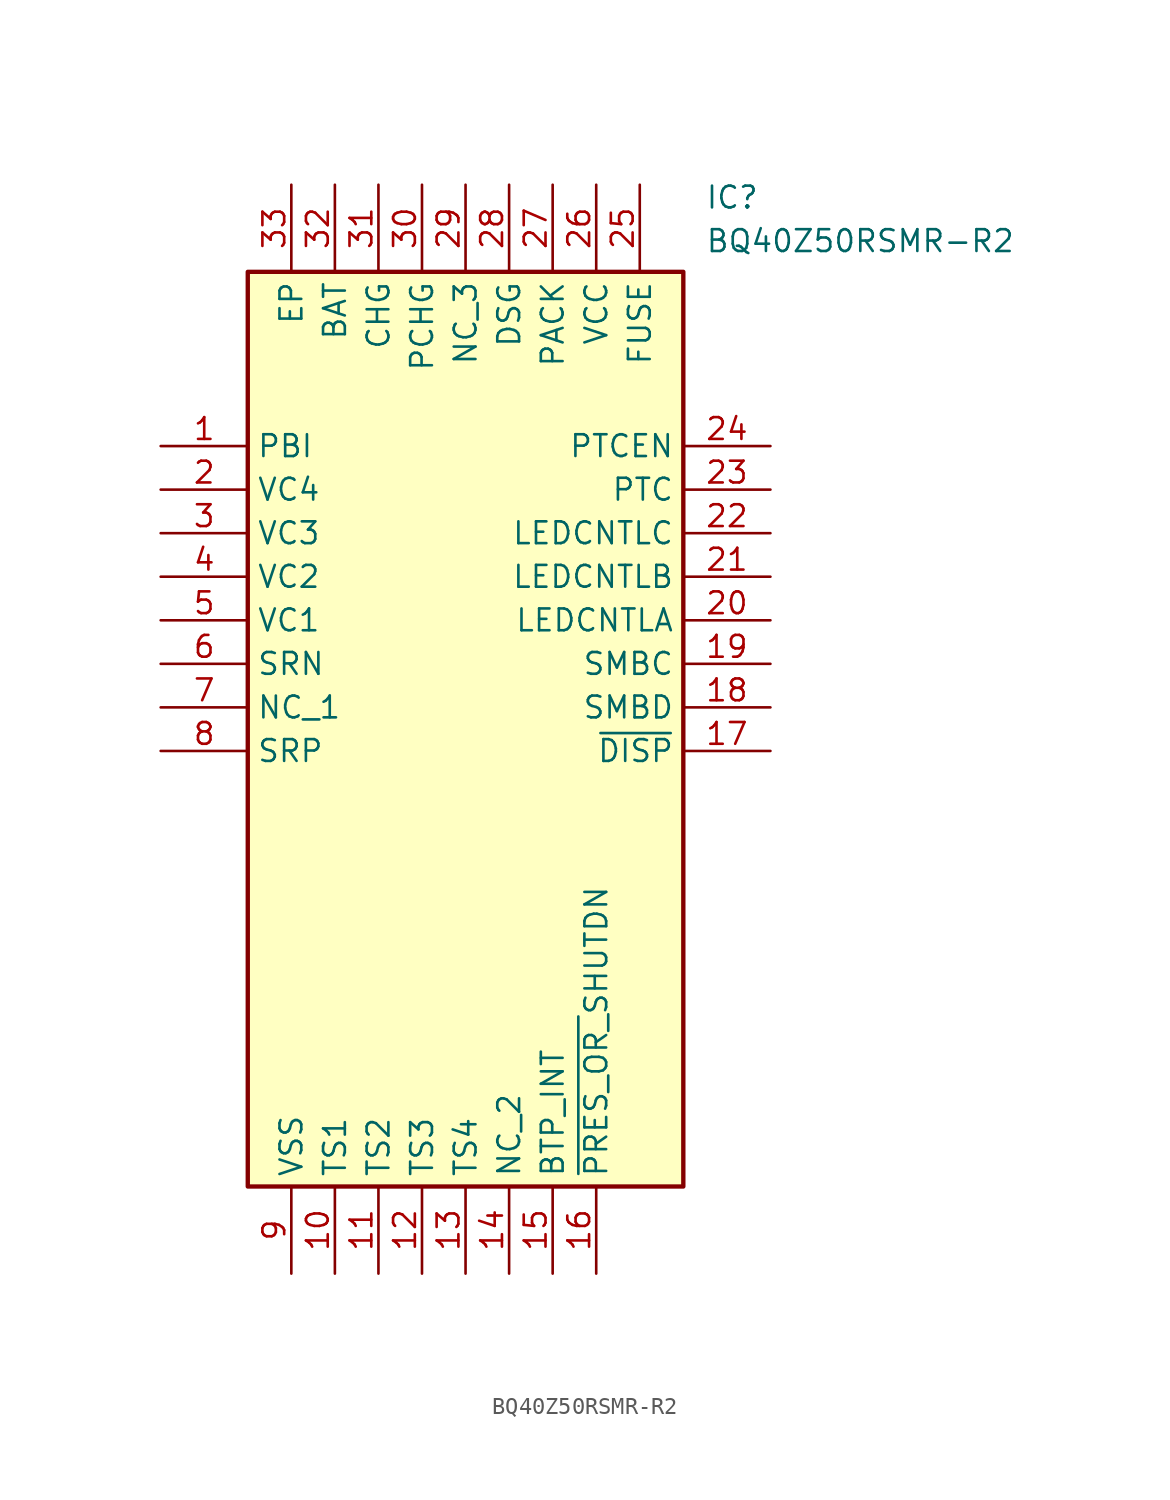
<source format=kicad_sym>
(kicad_symbol_lib
  (version 20211014)
  (generator SamacSys_ECAD_Model)
  (symbol "BQ40Z50RSMR-R2"
    (property "Reference" "IC"
      (at 31.75 15.24 0)
      (effects (font (size 1.27 1.27)) (justify left top)))
    (property "Value" "BQ40Z50RSMR-R2"
      (at 31.75 12.7 0)
      (effects (font (size 1.27 1.27)) (justify left top)))
    (rectangle
      (start 5.08 10.16)
      (end 30.48 -43.18)
      (stroke (width 0.254) (type default))
      (fill (type background)))
    (pin passive line
      (at 0 0 0)
      (length 5.08)
      (name "PBI" (effects (font (size 1.27 1.27))))
      (number "1" (effects (font (size 1.27 1.27)))))
    (pin passive line
      (at 0 -2.54 0)
      (length 5.08)
      (name "VC4" (effects (font (size 1.27 1.27))))
      (number "2" (effects (font (size 1.27 1.27)))))
    (pin passive line
      (at 0 -5.08 0)
      (length 5.08)
      (name "VC3" (effects (font (size 1.27 1.27))))
      (number "3" (effects (font (size 1.27 1.27)))))
    (pin passive line
      (at 0 -7.62 0)
      (length 5.08)
      (name "VC2" (effects (font (size 1.27 1.27))))
      (number "4" (effects (font (size 1.27 1.27)))))
    (pin passive line
      (at 0 -10.16 0)
      (length 5.08)
      (name "VC1" (effects (font (size 1.27 1.27))))
      (number "5" (effects (font (size 1.27 1.27)))))
    (pin passive line
      (at 0 -12.7 0)
      (length 5.08)
      (name "SRN" (effects (font (size 1.27 1.27))))
      (number "6" (effects (font (size 1.27 1.27)))))
    (pin passive line
      (at 0 -15.24 0)
      (length 5.08)
      (name "NC_1" (effects (font (size 1.27 1.27))))
      (number "7" (effects (font (size 1.27 1.27)))))
    (pin passive line
      (at 0 -17.78 0)
      (length 5.08)
      (name "SRP" (effects (font (size 1.27 1.27))))
      (number "8" (effects (font (size 1.27 1.27)))))
    (pin passive line
      (at 7.62 -48.26 90)
      (length 5.08)
      (name "VSS" (effects (font (size 1.27 1.27))))
      (number "9" (effects (font (size 1.27 1.27)))))
    (pin passive line
      (at 10.16 -48.26 90)
      (length 5.08)
      (name "TS1" (effects (font (size 1.27 1.27))))
      (number "10" (effects (font (size 1.27 1.27)))))
    (pin passive line
      (at 12.7 -48.26 90)
      (length 5.08)
      (name "TS2" (effects (font (size 1.27 1.27))))
      (number "11" (effects (font (size 1.27 1.27)))))
    (pin passive line
      (at 15.24 -48.26 90)
      (length 5.08)
      (name "TS3" (effects (font (size 1.27 1.27))))
      (number "12" (effects (font (size 1.27 1.27)))))
    (pin passive line
      (at 17.78 -48.26 90)
      (length 5.08)
      (name "TS4" (effects (font (size 1.27 1.27))))
      (number "13" (effects (font (size 1.27 1.27)))))
    (pin passive line
      (at 20.32 -48.26 90)
      (length 5.08)
      (name "NC_2" (effects (font (size 1.27 1.27))))
      (number "14" (effects (font (size 1.27 1.27)))))
    (pin passive line
      (at 22.86 -48.26 90)
      (length 5.08)
      (name "BTP_INT" (effects (font (size 1.27 1.27))))
      (number "15" (effects (font (size 1.27 1.27)))))
    (pin passive line
      (at 25.4 -48.26 90)
      (length 5.08)
      (name "~{PRES_OR_}SHUTDN" (effects (font (size 1.27 1.27))))
      (number "16" (effects (font (size 1.27 1.27)))))
    (pin passive line
      (at 35.56 0 180)
      (length 5.08)
      (name "PTCEN" (effects (font (size 1.27 1.27))))
      (number "24" (effects (font (size 1.27 1.27)))))
    (pin passive line
      (at 35.56 -2.54 180)
      (length 5.08)
      (name "PTC" (effects (font (size 1.27 1.27))))
      (number "23" (effects (font (size 1.27 1.27)))))
    (pin passive line
      (at 35.56 -5.08 180)
      (length 5.08)
      (name "LEDCNTLC" (effects (font (size 1.27 1.27))))
      (number "22" (effects (font (size 1.27 1.27)))))
    (pin passive line
      (at 35.56 -7.62 180)
      (length 5.08)
      (name "LEDCNTLB" (effects (font (size 1.27 1.27))))
      (number "21" (effects (font (size 1.27 1.27)))))
    (pin passive line
      (at 35.56 -10.16 180)
      (length 5.08)
      (name "LEDCNTLA" (effects (font (size 1.27 1.27))))
      (number "20" (effects (font (size 1.27 1.27)))))
    (pin passive line
      (at 35.56 -12.7 180)
      (length 5.08)
      (name "SMBC" (effects (font (size 1.27 1.27))))
      (number "19" (effects (font (size 1.27 1.27)))))
    (pin passive line
      (at 35.56 -15.24 180)
      (length 5.08)
      (name "SMBD" (effects (font (size 1.27 1.27))))
      (number "18" (effects (font (size 1.27 1.27)))))
    (pin passive line
      (at 35.56 -17.78 180)
      (length 5.08)
      (name "~{DISP}" (effects (font (size 1.27 1.27))))
      (number "17" (effects (font (size 1.27 1.27)))))
    (pin passive line
      (at 7.62 15.24 270)
      (length 5.08)
      (name "EP" (effects (font (size 1.27 1.27))))
      (number "33" (effects (font (size 1.27 1.27)))))
    (pin passive line
      (at 10.16 15.24 270)
      (length 5.08)
      (name "BAT" (effects (font (size 1.27 1.27))))
      (number "32" (effects (font (size 1.27 1.27)))))
    (pin passive line
      (at 12.7 15.24 270)
      (length 5.08)
      (name "CHG" (effects (font (size 1.27 1.27))))
      (number "31" (effects (font (size 1.27 1.27)))))
    (pin passive line
      (at 15.24 15.24 270)
      (length 5.08)
      (name "PCHG" (effects (font (size 1.27 1.27))))
      (number "30" (effects (font (size 1.27 1.27)))))
    (pin passive line
      (at 17.78 15.24 270)
      (length 5.08)
      (name "NC_3" (effects (font (size 1.27 1.27))))
      (number "29" (effects (font (size 1.27 1.27)))))
    (pin passive line
      (at 20.32 15.24 270)
      (length 5.08)
      (name "DSG" (effects (font (size 1.27 1.27))))
      (number "28" (effects (font (size 1.27 1.27)))))
    (pin passive line
      (at 22.86 15.24 270)
      (length 5.08)
      (name "PACK" (effects (font (size 1.27 1.27))))
      (number "27" (effects (font (size 1.27 1.27)))))
    (pin passive line
      (at 25.4 15.24 270)
      (length 5.08)
      (name "VCC" (effects (font (size 1.27 1.27))))
      (number "26" (effects (font (size 1.27 1.27)))))
    (pin passive line
      (at 27.94 15.24 270)
      (length 5.08)
      (name "FUSE" (effects (font (size 1.27 1.27))))
      (number "25" (effects (font (size 1.27 1.27)))))))
</source>
